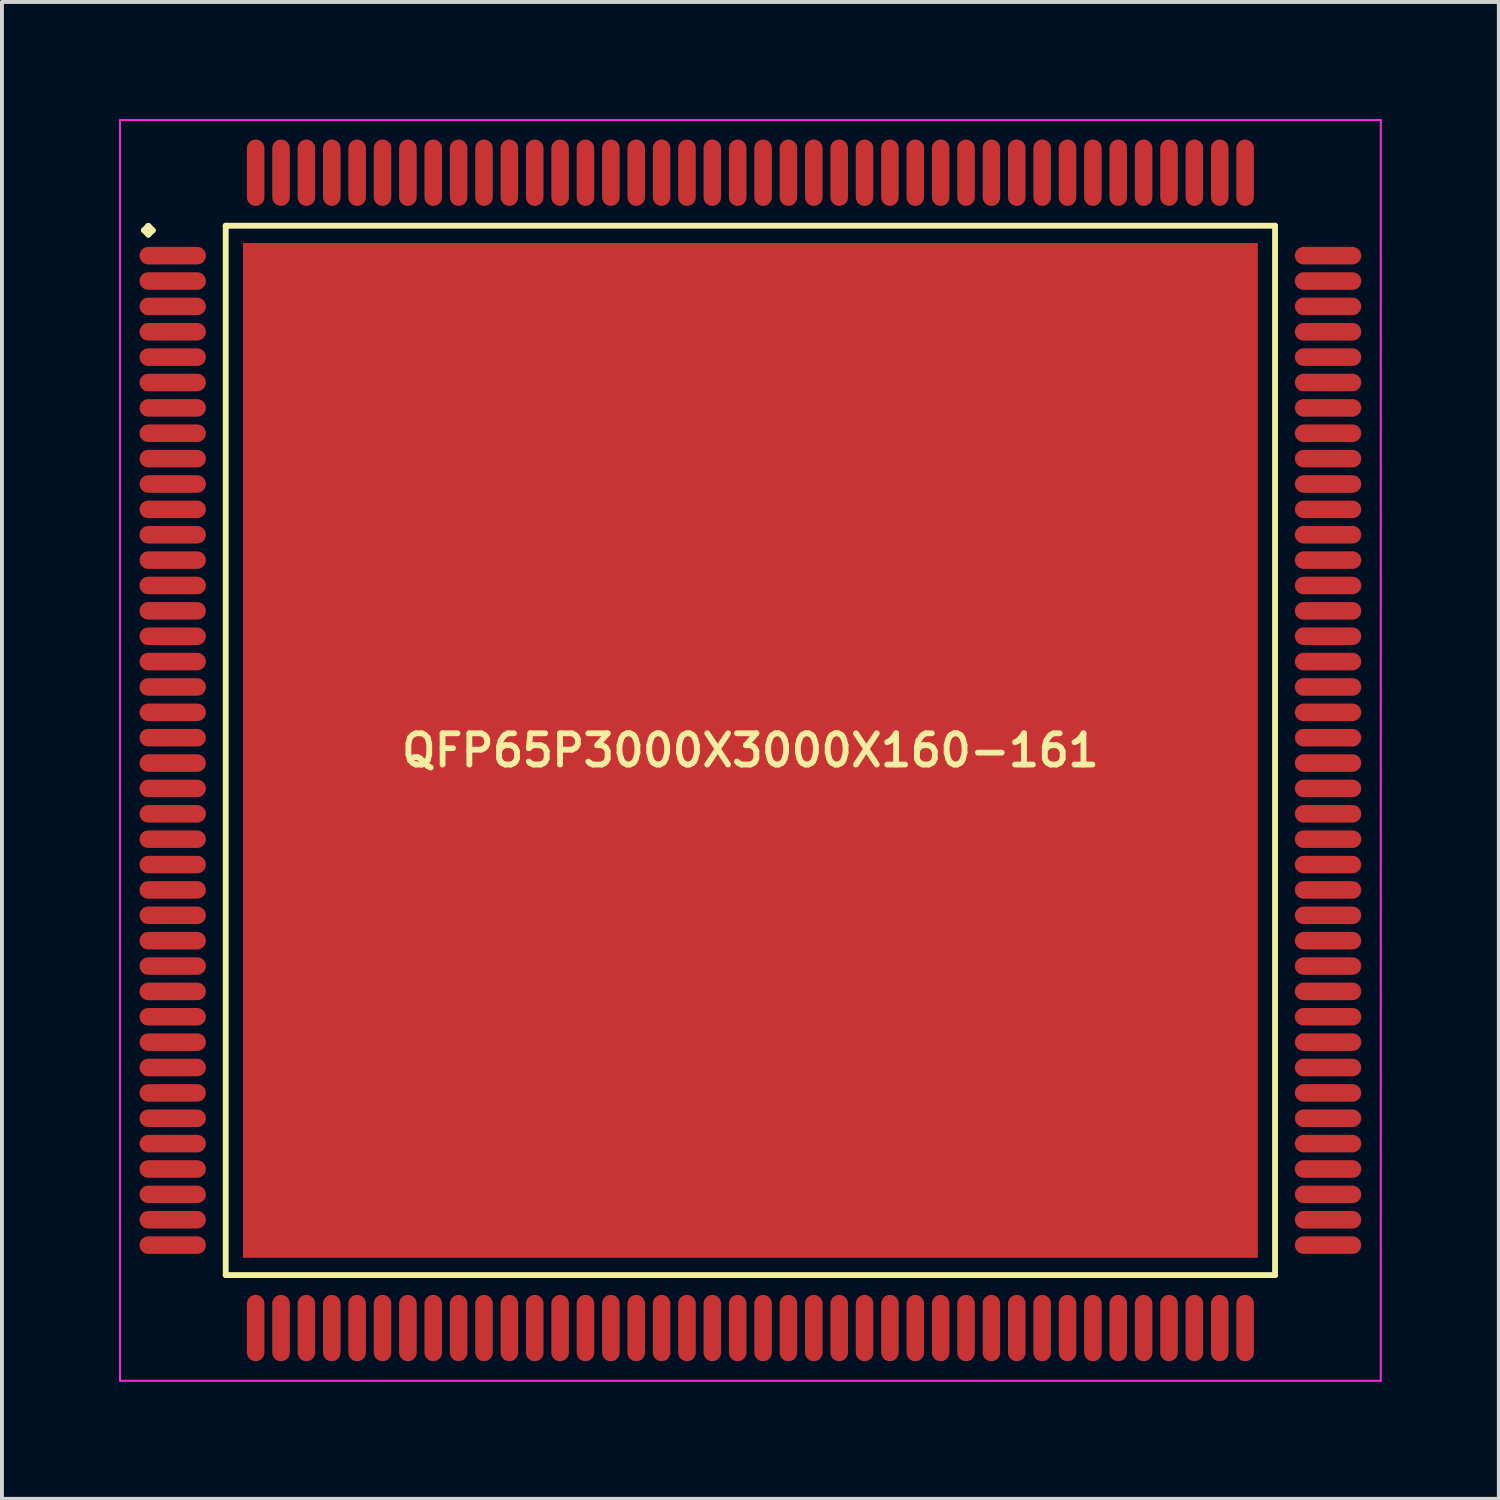
<source format=kicad_pcb>
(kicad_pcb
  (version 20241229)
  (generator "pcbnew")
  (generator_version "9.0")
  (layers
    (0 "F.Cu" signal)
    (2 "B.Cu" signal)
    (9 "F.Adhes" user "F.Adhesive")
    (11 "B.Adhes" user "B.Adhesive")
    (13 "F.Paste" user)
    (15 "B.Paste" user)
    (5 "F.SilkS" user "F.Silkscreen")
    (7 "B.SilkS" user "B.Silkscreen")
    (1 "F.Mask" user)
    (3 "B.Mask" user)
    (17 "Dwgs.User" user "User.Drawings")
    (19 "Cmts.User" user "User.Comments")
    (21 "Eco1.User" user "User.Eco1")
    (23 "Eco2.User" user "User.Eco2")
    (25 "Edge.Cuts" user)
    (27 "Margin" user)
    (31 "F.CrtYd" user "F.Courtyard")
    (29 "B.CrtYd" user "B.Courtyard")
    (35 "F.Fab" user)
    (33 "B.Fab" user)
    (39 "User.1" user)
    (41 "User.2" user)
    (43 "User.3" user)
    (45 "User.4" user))
  (footprint "QFP65P3000X3000X160-161"
    (layer "F.Cu")
    (at 16.175 16.175)
    (property "Reference" "QFP65P3000X3000X160-161" (at 0 0 0) (layer "F.SilkS") (effects (font (size 0.8 0.8) (thickness 0.15))))
    (attr smd)
    (fp_line (start -15.537 -13.325) (end -15.425 -13.438) (stroke (width 0.15) (type solid)) (layer "F.SilkS"))
    (fp_line (start -15.425 -13.438) (end -15.312 -13.325) (stroke (width 0.15) (type solid)) (layer "F.SilkS"))
    (fp_line (start -15.425 -13.213) (end -15.537 -13.325) (stroke (width 0.15) (type solid)) (layer "F.SilkS"))
    (fp_line (start -15.312 -13.325) (end -15.425 -13.213) (stroke (width 0.15) (type solid)) (layer "F.SilkS"))
    (fp_line (start -13.442 -13.442) (end -13.442 13.442) (stroke (width 0.15) (type solid)) (layer "F.SilkS"))
    (fp_line (start -13.442 13.442) (end 13.442 13.442) (stroke (width 0.15) (type solid)) (layer "F.SilkS"))
    (fp_line (start 13.442 -13.442) (end -13.442 -13.442) (stroke (width 0.15) (type solid)) (layer "F.SilkS"))
    (fp_line (start 13.442 13.442) (end 13.442 -13.442) (stroke (width 0.15) (type solid)) (layer "F.SilkS"))
    (fp_line (start -16.15 -16.15) (end 16.15 -16.15) (stroke (width 0.05) (type solid)) (layer "F.CrtYd"))
    (fp_line (start -16.15 16.15) (end -16.15 -16.15) (stroke (width 0.05) (type solid)) (layer "F.CrtYd"))
    (fp_line (start 16.15 -16.15) (end 16.15 16.15) (stroke (width 0.05) (type solid)) (layer "F.CrtYd"))
    (fp_line (start 16.15 16.15) (end -16.15 16.15) (stroke (width 0.05) (type solid)) (layer "F.CrtYd"))
    (pad "1" smd oval (at -14.8 -12.675) (size 1.7 0.45) (layers "F.Cu" "F.Mask" "F.Paste"))
    (pad "2" smd oval (at -14.8 -12.025) (size 1.7 0.45) (layers "F.Cu" "F.Mask" "F.Paste"))
    (pad "3" smd oval (at -14.8 -11.375) (size 1.7 0.45) (layers "F.Cu" "F.Mask" "F.Paste"))
    (pad "4" smd oval (at -14.8 -10.725) (size 1.7 0.45) (layers "F.Cu" "F.Mask" "F.Paste"))
    (pad "5" smd oval (at -14.8 -10.075) (size 1.7 0.45) (layers "F.Cu" "F.Mask" "F.Paste"))
    (pad "6" smd oval (at -14.8 -9.425) (size 1.7 0.45) (layers "F.Cu" "F.Mask" "F.Paste"))
    (pad "7" smd oval (at -14.8 -8.775) (size 1.7 0.45) (layers "F.Cu" "F.Mask" "F.Paste"))
    (pad "8" smd oval (at -14.8 -8.125) (size 1.7 0.45) (layers "F.Cu" "F.Mask" "F.Paste"))
    (pad "9" smd oval (at -14.8 -7.475) (size 1.7 0.45) (layers "F.Cu" "F.Mask" "F.Paste"))
    (pad "10" smd oval (at -14.8 -6.825) (size 1.7 0.45) (layers "F.Cu" "F.Mask" "F.Paste"))
    (pad "11" smd oval (at -14.8 -6.175) (size 1.7 0.45) (layers "F.Cu" "F.Mask" "F.Paste"))
    (pad "12" smd oval (at -14.8 -5.525) (size 1.7 0.45) (layers "F.Cu" "F.Mask" "F.Paste"))
    (pad "13" smd oval (at -14.8 -4.875) (size 1.7 0.45) (layers "F.Cu" "F.Mask" "F.Paste"))
    (pad "14" smd oval (at -14.8 -4.225) (size 1.7 0.45) (layers "F.Cu" "F.Mask" "F.Paste"))
    (pad "15" smd oval (at -14.8 -3.575) (size 1.7 0.45) (layers "F.Cu" "F.Mask" "F.Paste"))
    (pad "16" smd oval (at -14.8 -2.925) (size 1.7 0.45) (layers "F.Cu" "F.Mask" "F.Paste"))
    (pad "17" smd oval (at -14.8 -2.275) (size 1.7 0.45) (layers "F.Cu" "F.Mask" "F.Paste"))
    (pad "18" smd oval (at -14.8 -1.625) (size 1.7 0.45) (layers "F.Cu" "F.Mask" "F.Paste"))
    (pad "19" smd oval (at -14.8 -0.975) (size 1.7 0.45) (layers "F.Cu" "F.Mask" "F.Paste"))
    (pad "20" smd oval (at -14.8 -0.325) (size 1.7 0.45) (layers "F.Cu" "F.Mask" "F.Paste"))
    (pad "21" smd oval (at -14.8 0.325) (size 1.7 0.45) (layers "F.Cu" "F.Mask" "F.Paste"))
    (pad "22" smd oval (at -14.8 0.975) (size 1.7 0.45) (layers "F.Cu" "F.Mask" "F.Paste"))
    (pad "23" smd oval (at -14.8 1.625) (size 1.7 0.45) (layers "F.Cu" "F.Mask" "F.Paste"))
    (pad "24" smd oval (at -14.8 2.275) (size 1.7 0.45) (layers "F.Cu" "F.Mask" "F.Paste"))
    (pad "25" smd oval (at -14.8 2.925) (size 1.7 0.45) (layers "F.Cu" "F.Mask" "F.Paste"))
    (pad "26" smd oval (at -14.8 3.575) (size 1.7 0.45) (layers "F.Cu" "F.Mask" "F.Paste"))
    (pad "27" smd oval (at -14.8 4.225) (size 1.7 0.45) (layers "F.Cu" "F.Mask" "F.Paste"))
    (pad "28" smd oval (at -14.8 4.875) (size 1.7 0.45) (layers "F.Cu" "F.Mask" "F.Paste"))
    (pad "29" smd oval (at -14.8 5.525) (size 1.7 0.45) (layers "F.Cu" "F.Mask" "F.Paste"))
    (pad "30" smd oval (at -14.8 6.175) (size 1.7 0.45) (layers "F.Cu" "F.Mask" "F.Paste"))
    (pad "31" smd oval (at -14.8 6.825) (size 1.7 0.45) (layers "F.Cu" "F.Mask" "F.Paste"))
    (pad "32" smd oval (at -14.8 7.475) (size 1.7 0.45) (layers "F.Cu" "F.Mask" "F.Paste"))
    (pad "33" smd oval (at -14.8 8.125) (size 1.7 0.45) (layers "F.Cu" "F.Mask" "F.Paste"))
    (pad "34" smd oval (at -14.8 8.775) (size 1.7 0.45) (layers "F.Cu" "F.Mask" "F.Paste"))
    (pad "35" smd oval (at -14.8 9.425) (size 1.7 0.45) (layers "F.Cu" "F.Mask" "F.Paste"))
    (pad "36" smd oval (at -14.8 10.075) (size 1.7 0.45) (layers "F.Cu" "F.Mask" "F.Paste"))
    (pad "37" smd oval (at -14.8 10.725) (size 1.7 0.45) (layers "F.Cu" "F.Mask" "F.Paste"))
    (pad "38" smd oval (at -14.8 11.375) (size 1.7 0.45) (layers "F.Cu" "F.Mask" "F.Paste"))
    (pad "39" smd oval (at -14.8 12.025) (size 1.7 0.45) (layers "F.Cu" "F.Mask" "F.Paste"))
    (pad "40" smd oval (at -14.8 12.675) (size 1.7 0.45) (layers "F.Cu" "F.Mask" "F.Paste"))
    (pad "41" smd oval (at -12.675 14.8) (size 0.45 1.7) (layers "F.Cu" "F.Mask" "F.Paste"))
    (pad "42" smd oval (at -12.025 14.8) (size 0.45 1.7) (layers "F.Cu" "F.Mask" "F.Paste"))
    (pad "43" smd oval (at -11.375 14.8) (size 0.45 1.7) (layers "F.Cu" "F.Mask" "F.Paste"))
    (pad "44" smd oval (at -10.725 14.8) (size 0.45 1.7) (layers "F.Cu" "F.Mask" "F.Paste"))
    (pad "45" smd oval (at -10.075 14.8) (size 0.45 1.7) (layers "F.Cu" "F.Mask" "F.Paste"))
    (pad "46" smd oval (at -9.425 14.8) (size 0.45 1.7) (layers "F.Cu" "F.Mask" "F.Paste"))
    (pad "47" smd oval (at -8.775 14.8) (size 0.45 1.7) (layers "F.Cu" "F.Mask" "F.Paste"))
    (pad "48" smd oval (at -8.125 14.8) (size 0.45 1.7) (layers "F.Cu" "F.Mask" "F.Paste"))
    (pad "49" smd oval (at -7.475 14.8) (size 0.45 1.7) (layers "F.Cu" "F.Mask" "F.Paste"))
    (pad "50" smd oval (at -6.825 14.8) (size 0.45 1.7) (layers "F.Cu" "F.Mask" "F.Paste"))
    (pad "51" smd oval (at -6.175 14.8) (size 0.45 1.7) (layers "F.Cu" "F.Mask" "F.Paste"))
    (pad "52" smd oval (at -5.525 14.8) (size 0.45 1.7) (layers "F.Cu" "F.Mask" "F.Paste"))
    (pad "53" smd oval (at -4.875 14.8) (size 0.45 1.7) (layers "F.Cu" "F.Mask" "F.Paste"))
    (pad "54" smd oval (at -4.225 14.8) (size 0.45 1.7) (layers "F.Cu" "F.Mask" "F.Paste"))
    (pad "55" smd oval (at -3.575 14.8) (size 0.45 1.7) (layers "F.Cu" "F.Mask" "F.Paste"))
    (pad "56" smd oval (at -2.925 14.8) (size 0.45 1.7) (layers "F.Cu" "F.Mask" "F.Paste"))
    (pad "57" smd oval (at -2.275 14.8) (size 0.45 1.7) (layers "F.Cu" "F.Mask" "F.Paste"))
    (pad "58" smd oval (at -1.625 14.8) (size 0.45 1.7) (layers "F.Cu" "F.Mask" "F.Paste"))
    (pad "59" smd oval (at -0.975 14.8) (size 0.45 1.7) (layers "F.Cu" "F.Mask" "F.Paste"))
    (pad "60" smd oval (at -0.325 14.8) (size 0.45 1.7) (layers "F.Cu" "F.Mask" "F.Paste"))
    (pad "61" smd oval (at 0.325 14.8) (size 0.45 1.7) (layers "F.Cu" "F.Mask" "F.Paste"))
    (pad "62" smd oval (at 0.975 14.8) (size 0.45 1.7) (layers "F.Cu" "F.Mask" "F.Paste"))
    (pad "63" smd oval (at 1.625 14.8) (size 0.45 1.7) (layers "F.Cu" "F.Mask" "F.Paste"))
    (pad "64" smd oval (at 2.275 14.8) (size 0.45 1.7) (layers "F.Cu" "F.Mask" "F.Paste"))
    (pad "65" smd oval (at 2.925 14.8) (size 0.45 1.7) (layers "F.Cu" "F.Mask" "F.Paste"))
    (pad "66" smd oval (at 3.575 14.8) (size 0.45 1.7) (layers "F.Cu" "F.Mask" "F.Paste"))
    (pad "67" smd oval (at 4.225 14.8) (size 0.45 1.7) (layers "F.Cu" "F.Mask" "F.Paste"))
    (pad "68" smd oval (at 4.875 14.8) (size 0.45 1.7) (layers "F.Cu" "F.Mask" "F.Paste"))
    (pad "69" smd oval (at 5.525 14.8) (size 0.45 1.7) (layers "F.Cu" "F.Mask" "F.Paste"))
    (pad "70" smd oval (at 6.175 14.8) (size 0.45 1.7) (layers "F.Cu" "F.Mask" "F.Paste"))
    (pad "71" smd oval (at 6.825 14.8) (size 0.45 1.7) (layers "F.Cu" "F.Mask" "F.Paste"))
    (pad "72" smd oval (at 7.475 14.8) (size 0.45 1.7) (layers "F.Cu" "F.Mask" "F.Paste"))
    (pad "73" smd oval (at 8.125 14.8) (size 0.45 1.7) (layers "F.Cu" "F.Mask" "F.Paste"))
    (pad "74" smd oval (at 8.775 14.8) (size 0.45 1.7) (layers "F.Cu" "F.Mask" "F.Paste"))
    (pad "75" smd oval (at 9.425 14.8) (size 0.45 1.7) (layers "F.Cu" "F.Mask" "F.Paste"))
    (pad "76" smd oval (at 10.075 14.8) (size 0.45 1.7) (layers "F.Cu" "F.Mask" "F.Paste"))
    (pad "77" smd oval (at 10.725 14.8) (size 0.45 1.7) (layers "F.Cu" "F.Mask" "F.Paste"))
    (pad "78" smd oval (at 11.375 14.8) (size 0.45 1.7) (layers "F.Cu" "F.Mask" "F.Paste"))
    (pad "79" smd oval (at 12.025 14.8) (size 0.45 1.7) (layers "F.Cu" "F.Mask" "F.Paste"))
    (pad "80" smd oval (at 12.675 14.8) (size 0.45 1.7) (layers "F.Cu" "F.Mask" "F.Paste"))
    (pad "81" smd oval (at 14.8 12.675) (size 1.7 0.45) (layers "F.Cu" "F.Mask" "F.Paste"))
    (pad "82" smd oval (at 14.8 12.025) (size 1.7 0.45) (layers "F.Cu" "F.Mask" "F.Paste"))
    (pad "83" smd oval (at 14.8 11.375) (size 1.7 0.45) (layers "F.Cu" "F.Mask" "F.Paste"))
    (pad "84" smd oval (at 14.8 10.725) (size 1.7 0.45) (layers "F.Cu" "F.Mask" "F.Paste"))
    (pad "85" smd oval (at 14.8 10.075) (size 1.7 0.45) (layers "F.Cu" "F.Mask" "F.Paste"))
    (pad "86" smd oval (at 14.8 9.425) (size 1.7 0.45) (layers "F.Cu" "F.Mask" "F.Paste"))
    (pad "87" smd oval (at 14.8 8.775) (size 1.7 0.45) (layers "F.Cu" "F.Mask" "F.Paste"))
    (pad "88" smd oval (at 14.8 8.125) (size 1.7 0.45) (layers "F.Cu" "F.Mask" "F.Paste"))
    (pad "89" smd oval (at 14.8 7.475) (size 1.7 0.45) (layers "F.Cu" "F.Mask" "F.Paste"))
    (pad "90" smd oval (at 14.8 6.825) (size 1.7 0.45) (layers "F.Cu" "F.Mask" "F.Paste"))
    (pad "91" smd oval (at 14.8 6.175) (size 1.7 0.45) (layers "F.Cu" "F.Mask" "F.Paste"))
    (pad "92" smd oval (at 14.8 5.525) (size 1.7 0.45) (layers "F.Cu" "F.Mask" "F.Paste"))
    (pad "93" smd oval (at 14.8 4.875) (size 1.7 0.45) (layers "F.Cu" "F.Mask" "F.Paste"))
    (pad "94" smd oval (at 14.8 4.225) (size 1.7 0.45) (layers "F.Cu" "F.Mask" "F.Paste"))
    (pad "95" smd oval (at 14.8 3.575) (size 1.7 0.45) (layers "F.Cu" "F.Mask" "F.Paste"))
    (pad "96" smd oval (at 14.8 2.925) (size 1.7 0.45) (layers "F.Cu" "F.Mask" "F.Paste"))
    (pad "97" smd oval (at 14.8 2.275) (size 1.7 0.45) (layers "F.Cu" "F.Mask" "F.Paste"))
    (pad "98" smd oval (at 14.8 1.625) (size 1.7 0.45) (layers "F.Cu" "F.Mask" "F.Paste"))
    (pad "99" smd oval (at 14.8 0.975) (size 1.7 0.45) (layers "F.Cu" "F.Mask" "F.Paste"))
    (pad "100" smd oval (at 14.8 0.325) (size 1.7 0.45) (layers "F.Cu" "F.Mask" "F.Paste"))
    (pad "101" smd oval (at 14.8 -0.325) (size 1.7 0.45) (layers "F.Cu" "F.Mask" "F.Paste"))
    (pad "102" smd oval (at 14.8 -0.975) (size 1.7 0.45) (layers "F.Cu" "F.Mask" "F.Paste"))
    (pad "103" smd oval (at 14.8 -1.625) (size 1.7 0.45) (layers "F.Cu" "F.Mask" "F.Paste"))
    (pad "104" smd oval (at 14.8 -2.275) (size 1.7 0.45) (layers "F.Cu" "F.Mask" "F.Paste"))
    (pad "105" smd oval (at 14.8 -2.925) (size 1.7 0.45) (layers "F.Cu" "F.Mask" "F.Paste"))
    (pad "106" smd oval (at 14.8 -3.575) (size 1.7 0.45) (layers "F.Cu" "F.Mask" "F.Paste"))
    (pad "107" smd oval (at 14.8 -4.225) (size 1.7 0.45) (layers "F.Cu" "F.Mask" "F.Paste"))
    (pad "108" smd oval (at 14.8 -4.875) (size 1.7 0.45) (layers "F.Cu" "F.Mask" "F.Paste"))
    (pad "109" smd oval (at 14.8 -5.525) (size 1.7 0.45) (layers "F.Cu" "F.Mask" "F.Paste"))
    (pad "110" smd oval (at 14.8 -6.175) (size 1.7 0.45) (layers "F.Cu" "F.Mask" "F.Paste"))
    (pad "111" smd oval (at 14.8 -6.825) (size 1.7 0.45) (layers "F.Cu" "F.Mask" "F.Paste"))
    (pad "112" smd oval (at 14.8 -7.475) (size 1.7 0.45) (layers "F.Cu" "F.Mask" "F.Paste"))
    (pad "113" smd oval (at 14.8 -8.125) (size 1.7 0.45) (layers "F.Cu" "F.Mask" "F.Paste"))
    (pad "114" smd oval (at 14.8 -8.775) (size 1.7 0.45) (layers "F.Cu" "F.Mask" "F.Paste"))
    (pad "115" smd oval (at 14.8 -9.425) (size 1.7 0.45) (layers "F.Cu" "F.Mask" "F.Paste"))
    (pad "116" smd oval (at 14.8 -10.075) (size 1.7 0.45) (layers "F.Cu" "F.Mask" "F.Paste"))
    (pad "117" smd oval (at 14.8 -10.725) (size 1.7 0.45) (layers "F.Cu" "F.Mask" "F.Paste"))
    (pad "118" smd oval (at 14.8 -11.375) (size 1.7 0.45) (layers "F.Cu" "F.Mask" "F.Paste"))
    (pad "119" smd oval (at 14.8 -12.025) (size 1.7 0.45) (layers "F.Cu" "F.Mask" "F.Paste"))
    (pad "120" smd oval (at 14.8 -12.675) (size 1.7 0.45) (layers "F.Cu" "F.Mask" "F.Paste"))
    (pad "121" smd oval (at 12.675 -14.8) (size 0.45 1.7) (layers "F.Cu" "F.Mask" "F.Paste"))
    (pad "122" smd oval (at 12.025 -14.8) (size 0.45 1.7) (layers "F.Cu" "F.Mask" "F.Paste"))
    (pad "123" smd oval (at 11.375 -14.8) (size 0.45 1.7) (layers "F.Cu" "F.Mask" "F.Paste"))
    (pad "124" smd oval (at 10.725 -14.8) (size 0.45 1.7) (layers "F.Cu" "F.Mask" "F.Paste"))
    (pad "125" smd oval (at 10.075 -14.8) (size 0.45 1.7) (layers "F.Cu" "F.Mask" "F.Paste"))
    (pad "126" smd oval (at 9.425 -14.8) (size 0.45 1.7) (layers "F.Cu" "F.Mask" "F.Paste"))
    (pad "127" smd oval (at 8.775 -14.8) (size 0.45 1.7) (layers "F.Cu" "F.Mask" "F.Paste"))
    (pad "128" smd oval (at 8.125 -14.8) (size 0.45 1.7) (layers "F.Cu" "F.Mask" "F.Paste"))
    (pad "129" smd oval (at 7.475 -14.8) (size 0.45 1.7) (layers "F.Cu" "F.Mask" "F.Paste"))
    (pad "130" smd oval (at 6.825 -14.8) (size 0.45 1.7) (layers "F.Cu" "F.Mask" "F.Paste"))
    (pad "131" smd oval (at 6.175 -14.8) (size 0.45 1.7) (layers "F.Cu" "F.Mask" "F.Paste"))
    (pad "132" smd oval (at 5.525 -14.8) (size 0.45 1.7) (layers "F.Cu" "F.Mask" "F.Paste"))
    (pad "133" smd oval (at 4.875 -14.8) (size 0.45 1.7) (layers "F.Cu" "F.Mask" "F.Paste"))
    (pad "134" smd oval (at 4.225 -14.8) (size 0.45 1.7) (layers "F.Cu" "F.Mask" "F.Paste"))
    (pad "135" smd oval (at 3.575 -14.8) (size 0.45 1.7) (layers "F.Cu" "F.Mask" "F.Paste"))
    (pad "136" smd oval (at 2.925 -14.8) (size 0.45 1.7) (layers "F.Cu" "F.Mask" "F.Paste"))
    (pad "137" smd oval (at 2.275 -14.8) (size 0.45 1.7) (layers "F.Cu" "F.Mask" "F.Paste"))
    (pad "138" smd oval (at 1.625 -14.8) (size 0.45 1.7) (layers "F.Cu" "F.Mask" "F.Paste"))
    (pad "139" smd oval (at 0.975 -14.8) (size 0.45 1.7) (layers "F.Cu" "F.Mask" "F.Paste"))
    (pad "140" smd oval (at 0.325 -14.8) (size 0.45 1.7) (layers "F.Cu" "F.Mask" "F.Paste"))
    (pad "141" smd oval (at -0.325 -14.8) (size 0.45 1.7) (layers "F.Cu" "F.Mask" "F.Paste"))
    (pad "142" smd oval (at -0.975 -14.8) (size 0.45 1.7) (layers "F.Cu" "F.Mask" "F.Paste"))
    (pad "143" smd oval (at -1.625 -14.8) (size 0.45 1.7) (layers "F.Cu" "F.Mask" "F.Paste"))
    (pad "144" smd oval (at -2.275 -14.8) (size 0.45 1.7) (layers "F.Cu" "F.Mask" "F.Paste"))
    (pad "145" smd oval (at -2.925 -14.8) (size 0.45 1.7) (layers "F.Cu" "F.Mask" "F.Paste"))
    (pad "146" smd oval (at -3.575 -14.8) (size 0.45 1.7) (layers "F.Cu" "F.Mask" "F.Paste"))
    (pad "147" smd oval (at -4.225 -14.8) (size 0.45 1.7) (layers "F.Cu" "F.Mask" "F.Paste"))
    (pad "148" smd oval (at -4.875 -14.8) (size 0.45 1.7) (layers "F.Cu" "F.Mask" "F.Paste"))
    (pad "149" smd oval (at -5.525 -14.8) (size 0.45 1.7) (layers "F.Cu" "F.Mask" "F.Paste"))
    (pad "150" smd oval (at -6.175 -14.8) (size 0.45 1.7) (layers "F.Cu" "F.Mask" "F.Paste"))
    (pad "151" smd oval (at -6.825 -14.8) (size 0.45 1.7) (layers "F.Cu" "F.Mask" "F.Paste"))
    (pad "152" smd oval (at -7.475 -14.8) (size 0.45 1.7) (layers "F.Cu" "F.Mask" "F.Paste"))
    (pad "153" smd oval (at -8.125 -14.8) (size 0.45 1.7) (layers "F.Cu" "F.Mask" "F.Paste"))
    (pad "154" smd oval (at -8.775 -14.8) (size 0.45 1.7) (layers "F.Cu" "F.Mask" "F.Paste"))
    (pad "155" smd oval (at -9.425 -14.8) (size 0.45 1.7) (layers "F.Cu" "F.Mask" "F.Paste"))
    (pad "156" smd oval (at -10.075 -14.8) (size 0.45 1.7) (layers "F.Cu" "F.Mask" "F.Paste"))
    (pad "157" smd oval (at -10.725 -14.8) (size 0.45 1.7) (layers "F.Cu" "F.Mask" "F.Paste"))
    (pad "158" smd oval (at -11.375 -14.8) (size 0.45 1.7) (layers "F.Cu" "F.Mask" "F.Paste"))
    (pad "159" smd oval (at -12.025 -14.8) (size 0.45 1.7) (layers "F.Cu" "F.Mask" "F.Paste"))
    (pad "160" smd oval (at -12.675 -14.8) (size 0.45 1.7) (layers "F.Cu" "F.Mask" "F.Paste"))
    (pad "161" smd rect (at 0 0) (size 26 26) (layers "F.Cu" "F.Mask" "F.Paste")))
  (gr_rect
    (start -3 -3)
    (end 35.35 35.35)
    (stroke (width 0.1) (type default))
    (fill no)
    (layer "Edge.Cuts")))
</source>
